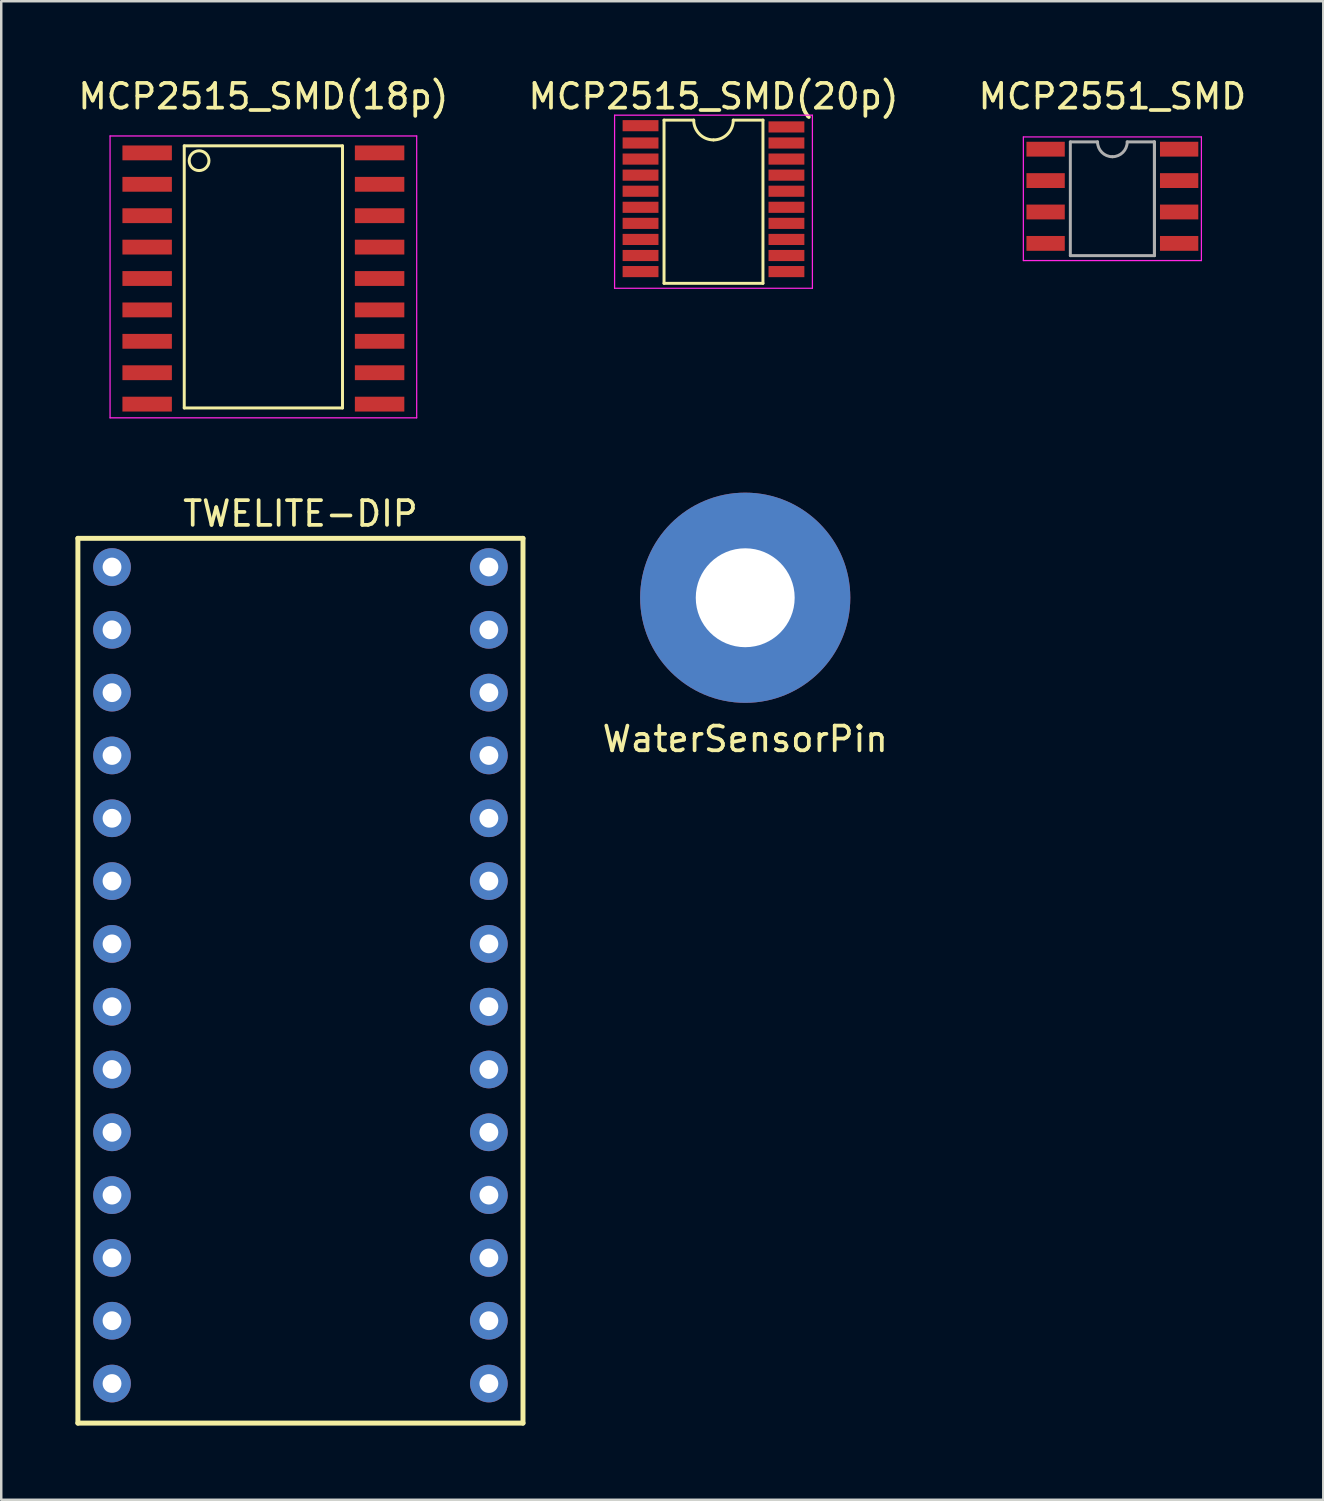
<source format=kicad_pcb>
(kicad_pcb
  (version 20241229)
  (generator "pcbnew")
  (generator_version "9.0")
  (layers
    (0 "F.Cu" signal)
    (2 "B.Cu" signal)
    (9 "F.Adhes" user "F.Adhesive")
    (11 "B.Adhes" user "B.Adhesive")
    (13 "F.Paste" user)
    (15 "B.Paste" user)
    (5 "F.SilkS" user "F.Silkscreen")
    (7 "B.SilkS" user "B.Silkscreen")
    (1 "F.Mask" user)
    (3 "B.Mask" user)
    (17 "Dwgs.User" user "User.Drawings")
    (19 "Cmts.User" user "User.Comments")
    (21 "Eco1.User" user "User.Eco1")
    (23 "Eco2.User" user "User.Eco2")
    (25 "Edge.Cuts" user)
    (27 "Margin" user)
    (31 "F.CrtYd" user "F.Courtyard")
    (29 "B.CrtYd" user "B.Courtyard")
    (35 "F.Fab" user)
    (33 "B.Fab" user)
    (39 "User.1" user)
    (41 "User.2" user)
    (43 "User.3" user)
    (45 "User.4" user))
  (footprint "MCP2551_SMD"
    (layer "F.Cu")
    (at 41.935 4.888)
    (property "Reference" "MCP2551_SMD" (at 0 -4.04 0) (layer "F.SilkS") (effects (font (size 1 1) (thickness 0.15))))
    (attr smd)
    (fp_line (start -3.6 -2.4) (end 3.6 -2.4) (stroke (width 0.05) (type solid)) (layer "F.CrtYd"))
    (fp_line (start -3.6 2.6) (end -3.6 -2.4) (stroke (width 0.05) (type solid)) (layer "F.CrtYd"))
    (fp_line (start 3.6 -2.4) (end 3.6 2.6) (stroke (width 0.05) (type solid)) (layer "F.CrtYd"))
    (fp_line (start 3.6 2.6) (end -3.6 2.6) (stroke (width 0.05) (type solid)) (layer "F.CrtYd"))
    (fp_line (start -1.7 -2.2) (end -0.6 -2.2) (stroke (width 0.12) (type solid)) (layer "F.Fab"))
    (fp_line (start -1.7 2.4) (end -1.7 -2.2) (stroke (width 0.12) (type solid)) (layer "F.Fab"))
    (fp_line (start -1.7 2.4) (end 1.7 2.4) (stroke (width 0.12) (type solid)) (layer "F.Fab"))
    (fp_line (start 0.6 -2.2) (end 1.7 -2.2) (stroke (width 0.12) (type solid)) (layer "F.Fab"))
    (fp_line (start 1.7 -2.2) (end 1.7 2.4) (stroke (width 0.12) (type solid)) (layer "F.Fab"))
    (fp_line (start 1.7 2.4) (end 1.7 -2.2) (stroke (width 0.12) (type solid)) (layer "F.Fab"))
    (fp_arc (start 0 -1.6) (mid -0.424264 -1.775736) (end -0.6 -2.2) (stroke (width 0.12) (type solid)) (layer "F.Fab"))
    (fp_arc (start 0.6 -2.2) (mid 0.424264 -1.775736) (end 0 -1.6) (stroke (width 0.12) (type solid)) (layer "F.Fab"))
    (pad "1" smd rect (at -2.7 -1.905) (size 1.55 0.6) (layers "F.Cu" "F.Mask" "F.Paste"))
    (pad "2" smd rect (at -2.7 -0.635) (size 1.55 0.6) (layers "F.Cu" "F.Mask" "F.Paste"))
    (pad "3" smd rect (at -2.7 0.635) (size 1.55 0.6) (layers "F.Cu" "F.Mask" "F.Paste"))
    (pad "4" smd rect (at -2.7 1.905) (size 1.55 0.6) (layers "F.Cu" "F.Mask" "F.Paste"))
    (pad "5" smd rect (at 2.7 1.905) (size 1.55 0.6) (layers "F.Cu" "F.Mask" "F.Paste"))
    (pad "6" smd rect (at 2.7 0.635) (size 1.55 0.6) (layers "F.Cu" "F.Mask" "F.Paste"))
    (pad "7" smd rect (at 2.7 -0.635) (size 1.55 0.6) (layers "F.Cu" "F.Mask" "F.Paste"))
    (pad "8" smd rect (at 2.7 -1.905) (size 1.55 0.6) (layers "F.Cu" "F.Mask" "F.Paste")))
  (footprint "MCP2515_SMD(18p)"
    (layer "F.Cu")
    (at 7.601 8.848)
    (property "Reference" "MCP2515_SMD(18p)" (at 0 -8 0) (layer "F.SilkS") (effects (font (size 1 1) (thickness 0.15))))
    (attr smd)
    (fp_line (start -3.2 -6) (end -3.2 4.6) (stroke (width 0.12) (type solid)) (layer "F.SilkS"))
    (fp_line (start -3.2 -6) (end 3.2 -6) (stroke (width 0.12) (type solid)) (layer "F.SilkS"))
    (fp_line (start -3.2 4.6) (end 3.2 4.6) (stroke (width 0.12) (type solid)) (layer "F.SilkS"))
    (fp_line (start 3.2 4.6) (end 3.2 -6) (stroke (width 0.12) (type solid)) (layer "F.SilkS"))
    (fp_circle (center -2.6 -5.4) (end -2.6 -5) (stroke (width 0.12) (type solid)) (fill no) (layer "F.SilkS"))
    (fp_line (start -6.2 -6.4) (end 6.2 -6.4) (stroke (width 0.05) (type solid)) (layer "F.CrtYd"))
    (fp_line (start -6.2 5) (end -6.2 -6.4) (stroke (width 0.05) (type solid)) (layer "F.CrtYd"))
    (fp_line (start 6.2 -6.4) (end 6.2 5) (stroke (width 0.05) (type solid)) (layer "F.CrtYd"))
    (fp_line (start 6.2 5) (end -6.2 5) (stroke (width 0.05) (type solid)) (layer "F.CrtYd"))
    (pad "1" smd rect (at -4.7 -5.715) (size 2 0.6) (layers "F.Cu" "F.Mask" "F.Paste"))
    (pad "2" smd rect (at -4.7 -4.445) (size 2 0.6) (layers "F.Cu" "F.Mask" "F.Paste"))
    (pad "3" smd rect (at -4.7 -3.175) (size 2 0.6) (layers "F.Cu" "F.Mask" "F.Paste"))
    (pad "4" smd rect (at -4.7 -1.905) (size 2 0.6) (layers "F.Cu" "F.Mask" "F.Paste"))
    (pad "5" smd rect (at -4.7 -0.635) (size 2 0.6) (layers "F.Cu" "F.Mask" "F.Paste"))
    (pad "6" smd rect (at -4.7 0.635) (size 2 0.6) (layers "F.Cu" "F.Mask" "F.Paste"))
    (pad "7" smd rect (at -4.7 1.905) (size 2 0.6) (layers "F.Cu" "F.Mask" "F.Paste"))
    (pad "8" smd rect (at -4.7 3.175) (size 2 0.6) (layers "F.Cu" "F.Mask" "F.Paste"))
    (pad "9" smd rect (at -4.7 4.445) (size 2 0.6) (layers "F.Cu" "F.Mask" "F.Paste"))
    (pad "10" smd rect (at 4.7 4.445) (size 2 0.6) (layers "F.Cu" "F.Mask" "F.Paste"))
    (pad "11" smd rect (at 4.7 3.175) (size 2 0.6) (layers "F.Cu" "F.Mask" "F.Paste"))
    (pad "12" smd rect (at 4.7 1.905) (size 2 0.6) (layers "F.Cu" "F.Mask" "F.Paste"))
    (pad "13" smd rect (at 4.7 0.635) (size 2 0.6) (layers "F.Cu" "F.Mask" "F.Paste"))
    (pad "14" smd rect (at 4.7 -0.635) (size 2 0.6) (layers "F.Cu" "F.Mask" "F.Paste"))
    (pad "15" smd rect (at 4.7 -1.905) (size 2 0.6) (layers "F.Cu" "F.Mask" "F.Paste"))
    (pad "16" smd rect (at 4.7 -3.175) (size 2 0.6) (layers "F.Cu" "F.Mask" "F.Paste"))
    (pad "17" smd rect (at 4.7 -4.445) (size 2 0.6) (layers "F.Cu" "F.Mask" "F.Paste"))
    (pad "18" smd rect (at 4.7 -5.715) (size 2 0.6) (layers "F.Cu" "F.Mask" "F.Paste")))
  (footprint "WaterSensorPin"
    (layer "F.Cu")
    (at 27.087 21.123)
    (property "Reference" "WaterSensorPin" (at 0 5.715 0) (layer "F.SilkS") (effects (font (size 1 1) (thickness 0.15))))
    (attr through_hole)
    (pad "1" thru_hole circle (at 0 0) (size 8.5 8.5) (drill 4) (layers "*.Cu" "*.Mask")))
  (footprint "MCP2515_SMD(20p)"
    (layer "F.Cu")
    (at 25.804 5.008)
    (property "Reference" "MCP2515_SMD(20p)" (at 0 -4.16 0) (layer "F.SilkS") (effects (font (size 1 1) (thickness 0.15))))
    (attr smd)
    (fp_line (start -2 -3.2) (end -2 3.4) (stroke (width 0.12) (type solid)) (layer "F.SilkS"))
    (fp_line (start -2 3.4) (end 2 3.4) (stroke (width 0.12) (type solid)) (layer "F.SilkS"))
    (fp_line (start -0.8 -3.2) (end -2 -3.2) (stroke (width 0.12) (type solid)) (layer "F.SilkS"))
    (fp_line (start 0.8 -3.2) (end 2 -3.2) (stroke (width 0.12) (type solid)) (layer "F.SilkS"))
    (fp_line (start 2 3.4) (end 2 -3.2) (stroke (width 0.12) (type solid)) (layer "F.SilkS"))
    (fp_arc (start 0 -2.4) (mid -0.565685 -2.634315) (end -0.8 -3.2) (stroke (width 0.12) (type solid)) (layer "F.SilkS"))
    (fp_arc (start 0.8 -3.2) (mid 0.565685 -2.634315) (end 0 -2.4) (stroke (width 0.12) (type solid)) (layer "F.SilkS"))
    (fp_line (start -4 -3.4) (end 4 -3.4) (stroke (width 0.05) (type solid)) (layer "F.CrtYd"))
    (fp_line (start -4 3.6) (end -4 -3.4) (stroke (width 0.05) (type solid)) (layer "F.CrtYd"))
    (fp_line (start 4 -3.4) (end 4 3.6) (stroke (width 0.05) (type solid)) (layer "F.CrtYd"))
    (fp_line (start 4 3.6) (end -4 3.6) (stroke (width 0.05) (type solid)) (layer "F.CrtYd"))
    (pad "1" smd rect (at -2.95 -2.975) (size 1.45 0.45) (layers "F.Cu" "F.Mask" "F.Paste"))
    (pad "2" smd rect (at -2.95 -2.275) (size 1.45 0.45) (layers "F.Cu" "F.Mask" "F.Paste"))
    (pad "3" smd rect (at -2.95 -1.625) (size 1.45 0.45) (layers "F.Cu" "F.Mask" "F.Paste"))
    (pad "4" smd rect (at -2.95 -0.975) (size 1.45 0.45) (layers "F.Cu" "F.Mask" "F.Paste"))
    (pad "5" smd rect (at -2.95 -0.325) (size 1.45 0.45) (layers "F.Cu" "F.Mask" "F.Paste"))
    (pad "6" smd rect (at -2.95 0.325) (size 1.45 0.45) (layers "F.Cu" "F.Mask" "F.Paste"))
    (pad "7" smd rect (at -2.95 0.975) (size 1.45 0.45) (layers "F.Cu" "F.Mask" "F.Paste"))
    (pad "8" smd rect (at -2.95 1.625) (size 1.45 0.45) (layers "F.Cu" "F.Mask" "F.Paste"))
    (pad "9" smd rect (at -2.95 2.275) (size 1.45 0.45) (layers "F.Cu" "F.Mask" "F.Paste"))
    (pad "10" smd rect (at -2.95 2.925) (size 1.45 0.45) (layers "F.Cu" "F.Mask" "F.Paste"))
    (pad "11" smd rect (at 2.95 2.925) (size 1.45 0.45) (layers "F.Cu" "F.Mask" "F.Paste"))
    (pad "12" smd rect (at 2.95 2.275) (size 1.45 0.45) (layers "F.Cu" "F.Mask" "F.Paste"))
    (pad "13" smd rect (at 2.95 1.625) (size 1.45 0.45) (layers "F.Cu" "F.Mask" "F.Paste"))
    (pad "14" smd rect (at 2.95 0.975) (size 1.45 0.45) (layers "F.Cu" "F.Mask" "F.Paste"))
    (pad "15" smd rect (at 2.95 0.325) (size 1.45 0.45) (layers "F.Cu" "F.Mask" "F.Paste"))
    (pad "16" smd rect (at 2.95 -0.325) (size 1.45 0.45) (layers "F.Cu" "F.Mask" "F.Paste"))
    (pad "17" smd rect (at 2.95 -0.975) (size 1.45 0.45) (layers "F.Cu" "F.Mask" "F.Paste"))
    (pad "18" smd rect (at 2.95 -1.625) (size 1.45 0.45) (layers "F.Cu" "F.Mask" "F.Paste"))
    (pad "19" smd rect (at 2.95 -2.275) (size 1.45 0.45) (layers "F.Cu" "F.Mask" "F.Paste"))
    (pad "20" smd rect (at 2.95 -2.925) (size 1.45 0.45) (layers "F.Cu" "F.Mask" "F.Paste")))
  (footprint "TWELITE-DIP"
    (layer "F.Cu")
    (at 9.1 36.721)
    (property "Reference" "TWELITE-DIP" (at 0 -19 0) (layer "F.SilkS") (effects (font (size 1 1) (thickness 0.15))))
    (attr through_hole)
    (fp_line (start -9 -18) (end -9 17.78) (stroke (width 0.2) (type solid)) (layer "F.SilkS"))
    (fp_line (start -9 17.78) (end 9 17.78) (stroke (width 0.2) (type solid)) (layer "F.SilkS"))
    (fp_line (start 9 -18) (end -9 -18) (stroke (width 0.2) (type solid)) (layer "F.SilkS"))
    (fp_line (start 9 17.78) (end 9 -18) (stroke (width 0.2) (type solid)) (layer "F.SilkS"))
    (pad "1" thru_hole circle (at -7.62 -16.84) (size 1.524 1.524) (drill 0.762) (layers "*.Cu" "*.Mask"))
    (pad "2" thru_hole circle (at -7.62 -14.3) (size 1.524 1.524) (drill 0.762) (layers "*.Cu" "*.Mask"))
    (pad "3" thru_hole circle (at -7.62 -11.76) (size 1.524 1.524) (drill 0.762) (layers "*.Cu" "*.Mask"))
    (pad "4" thru_hole circle (at -7.62 -9.22) (size 1.524 1.524) (drill 0.762) (layers "*.Cu" "*.Mask"))
    (pad "5" thru_hole circle (at -7.62 -6.68) (size 1.524 1.524) (drill 0.762) (layers "*.Cu" "*.Mask"))
    (pad "6" thru_hole circle (at -7.62 -4.14) (size 1.524 1.524) (drill 0.762) (layers "*.Cu" "*.Mask"))
    (pad "7" thru_hole circle (at -7.62 -1.6) (size 1.524 1.524) (drill 0.762) (layers "*.Cu" "*.Mask"))
    (pad "8" thru_hole circle (at -7.62 0.94) (size 1.524 1.524) (drill 0.762) (layers "*.Cu" "*.Mask"))
    (pad "9" thru_hole circle (at -7.62 3.48) (size 1.524 1.524) (drill 0.762) (layers "*.Cu" "*.Mask"))
    (pad "10" thru_hole circle (at -7.62 6.02) (size 1.524 1.524) (drill 0.762) (layers "*.Cu" "*.Mask"))
    (pad "11" thru_hole circle (at -7.62 8.56) (size 1.524 1.524) (drill 0.762) (layers "*.Cu" "*.Mask"))
    (pad "12" thru_hole circle (at -7.62 11.1) (size 1.524 1.524) (drill 0.762) (layers "*.Cu" "*.Mask"))
    (pad "13" thru_hole circle (at -7.62 13.64) (size 1.524 1.524) (drill 0.762) (layers "*.Cu" "*.Mask"))
    (pad "14" thru_hole circle (at -7.62 16.18) (size 1.524 1.524) (drill 0.762) (layers "*.Cu" "*.Mask"))
    (pad "15" thru_hole circle (at 7.62 16.18) (size 1.524 1.524) (drill 0.762) (layers "*.Cu" "*.Mask"))
    (pad "16" thru_hole circle (at 7.62 13.64) (size 1.524 1.524) (drill 0.762) (layers "*.Cu" "*.Mask"))
    (pad "17" thru_hole circle (at 7.62 11.1) (size 1.524 1.524) (drill 0.762) (layers "*.Cu" "*.Mask"))
    (pad "18" thru_hole circle (at 7.62 8.56) (size 1.524 1.524) (drill 0.762) (layers "*.Cu" "*.Mask"))
    (pad "19" thru_hole circle (at 7.62 6.02) (size 1.524 1.524) (drill 0.762) (layers "*.Cu" "*.Mask"))
    (pad "20" thru_hole circle (at 7.62 3.48) (size 1.524 1.524) (drill 0.762) (layers "*.Cu" "*.Mask"))
    (pad "21" thru_hole circle (at 7.62 0.94) (size 1.524 1.524) (drill 0.762) (layers "*.Cu" "*.Mask"))
    (pad "22" thru_hole circle (at 7.62 -1.6) (size 1.524 1.524) (drill 0.762) (layers "*.Cu" "*.Mask"))
    (pad "23" thru_hole circle (at 7.62 -4.14) (size 1.524 1.524) (drill 0.762) (layers "*.Cu" "*.Mask"))
    (pad "24" thru_hole circle (at 7.62 -6.68) (size 1.524 1.524) (drill 0.762) (layers "*.Cu" "*.Mask"))
    (pad "25" thru_hole circle (at 7.62 -9.22) (size 1.524 1.524) (drill 0.762) (layers "*.Cu" "*.Mask"))
    (pad "26" thru_hole circle (at 7.62 -11.76) (size 1.524 1.524) (drill 0.762) (layers "*.Cu" "*.Mask"))
    (pad "27" thru_hole circle (at 7.62 -14.3) (size 1.524 1.524) (drill 0.762) (layers "*.Cu" "*.Mask"))
    (pad "28" thru_hole circle (at 7.62 -16.84) (size 1.524 1.524) (drill 0.762) (layers "*.Cu" "*.Mask")))
  (gr_rect
    (start -3 -3)
    (end 50.464 57.602)
    (stroke (width 0.1) (type default))
    (fill no)
    (layer "Edge.Cuts")))
</source>
